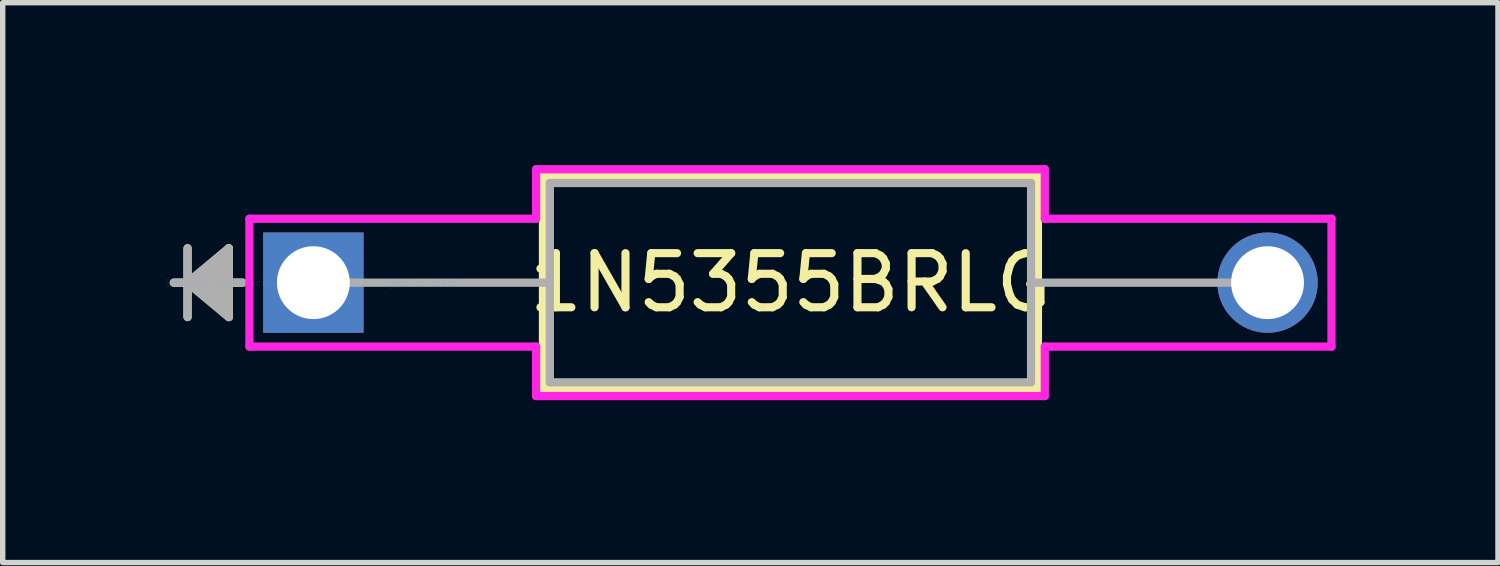
<source format=kicad_pcb>
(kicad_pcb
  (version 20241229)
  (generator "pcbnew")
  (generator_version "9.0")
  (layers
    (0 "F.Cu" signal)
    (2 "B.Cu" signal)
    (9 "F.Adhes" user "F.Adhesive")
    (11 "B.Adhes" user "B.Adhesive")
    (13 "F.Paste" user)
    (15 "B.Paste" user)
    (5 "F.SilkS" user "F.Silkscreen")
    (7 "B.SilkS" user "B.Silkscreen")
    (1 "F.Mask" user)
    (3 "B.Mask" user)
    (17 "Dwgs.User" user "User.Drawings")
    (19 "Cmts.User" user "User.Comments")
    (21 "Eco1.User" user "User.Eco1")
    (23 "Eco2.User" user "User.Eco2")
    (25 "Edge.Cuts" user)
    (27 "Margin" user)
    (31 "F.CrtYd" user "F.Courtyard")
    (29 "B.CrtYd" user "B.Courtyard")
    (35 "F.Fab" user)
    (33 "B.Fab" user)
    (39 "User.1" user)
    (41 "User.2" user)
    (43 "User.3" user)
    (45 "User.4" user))
  (footprint "1N5355BRLG"
    (layer "F.Cu")
    (at 2.739 2.172)
    (property "Reference" "1N5355BRLG" (at 8.814 0 0) (layer "F.SilkS") (effects (font (size 1 1) (thickness 0.15))))
    (attr through_hole)
    (fp_line (start -2.324 -0.635) (end -2.324 0.635) (stroke (width 0.152) (type solid)) (layer "F.SilkS"))
    (fp_line (start -2.324 0) (end -1.562 -0.635) (stroke (width 0.152) (type solid)) (layer "F.SilkS"))
    (fp_line (start -2.324 0) (end -1.562 -0.508) (stroke (width 0.152) (type solid)) (layer "F.SilkS"))
    (fp_line (start -2.324 0) (end -1.562 -0.381) (stroke (width 0.152) (type solid)) (layer "F.SilkS"))
    (fp_line (start -2.324 0) (end -1.562 -0.254) (stroke (width 0.152) (type solid)) (layer "F.SilkS"))
    (fp_line (start -2.324 0) (end -1.562 -0.127) (stroke (width 0.152) (type solid)) (layer "F.SilkS"))
    (fp_line (start -2.324 0) (end -1.562 0.127) (stroke (width 0.152) (type solid)) (layer "F.SilkS"))
    (fp_line (start -2.324 0) (end -1.562 0.254) (stroke (width 0.152) (type solid)) (layer "F.SilkS"))
    (fp_line (start -2.324 0) (end -1.562 0.381) (stroke (width 0.152) (type solid)) (layer "F.SilkS"))
    (fp_line (start -2.324 0) (end -1.562 0.508) (stroke (width 0.152) (type solid)) (layer "F.SilkS"))
    (fp_line (start -2.324 0) (end -1.562 0.635) (stroke (width 0.152) (type solid)) (layer "F.SilkS"))
    (fp_line (start -1.562 -0.635) (end -1.562 0.635) (stroke (width 0.152) (type solid)) (layer "F.SilkS"))
    (fp_line (start -1.308 0) (end -2.578 0) (stroke (width 0.152) (type solid)) (layer "F.SilkS"))
    (fp_line (start 4.242 -1.968) (end 4.242 1.968) (stroke (width 0.152) (type solid)) (layer "F.SilkS"))
    (fp_line (start 4.242 1.968) (end 13.386 1.968) (stroke (width 0.152) (type solid)) (layer "F.SilkS"))
    (fp_line (start 13.386 -1.968) (end 4.242 -1.968) (stroke (width 0.152) (type solid)) (layer "F.SilkS"))
    (fp_line (start 13.386 1.968) (end 13.386 -1.968) (stroke (width 0.152) (type solid)) (layer "F.SilkS"))
    (fp_line (start -1.181 -1.181) (end 4.115 -1.181) (stroke (width 0.152) (type solid)) (layer "F.CrtYd"))
    (fp_line (start -1.181 1.181) (end -1.181 -1.181) (stroke (width 0.152) (type solid)) (layer "F.CrtYd"))
    (fp_line (start 4.115 -2.095) (end 13.513 -2.095) (stroke (width 0.152) (type solid)) (layer "F.CrtYd"))
    (fp_line (start 4.115 -1.181) (end 4.115 -2.095) (stroke (width 0.152) (type solid)) (layer "F.CrtYd"))
    (fp_line (start 4.115 1.181) (end -1.181 1.181) (stroke (width 0.152) (type solid)) (layer "F.CrtYd"))
    (fp_line (start 4.115 2.095) (end 4.115 1.181) (stroke (width 0.152) (type solid)) (layer "F.CrtYd"))
    (fp_line (start 13.513 -2.095) (end 13.513 -1.181) (stroke (width 0.152) (type solid)) (layer "F.CrtYd"))
    (fp_line (start 13.513 -1.181) (end 18.809 -1.181) (stroke (width 0.152) (type solid)) (layer "F.CrtYd"))
    (fp_line (start 13.513 1.181) (end 13.513 2.095) (stroke (width 0.152) (type solid)) (layer "F.CrtYd"))
    (fp_line (start 13.513 2.095) (end 4.115 2.095) (stroke (width 0.152) (type solid)) (layer "F.CrtYd"))
    (fp_line (start 18.809 -1.181) (end 18.809 1.181) (stroke (width 0.152) (type solid)) (layer "F.CrtYd"))
    (fp_line (start 18.809 1.181) (end 13.513 1.181) (stroke (width 0.152) (type solid)) (layer "F.CrtYd"))
    (fp_line (start -2.324 -0.635) (end -2.324 0.635) (stroke (width 0.152) (type solid)) (layer "F.Fab"))
    (fp_line (start -2.324 0) (end -1.562 -0.635) (stroke (width 0.152) (type solid)) (layer "F.Fab"))
    (fp_line (start -2.324 0) (end -1.562 -0.508) (stroke (width 0.152) (type solid)) (layer "F.Fab"))
    (fp_line (start -2.324 0) (end -1.562 -0.381) (stroke (width 0.152) (type solid)) (layer "F.Fab"))
    (fp_line (start -2.324 0) (end -1.562 -0.254) (stroke (width 0.152) (type solid)) (layer "F.Fab"))
    (fp_line (start -2.324 0) (end -1.562 -0.127) (stroke (width 0.152) (type solid)) (layer "F.Fab"))
    (fp_line (start -2.324 0) (end -1.562 0.127) (stroke (width 0.152) (type solid)) (layer "F.Fab"))
    (fp_line (start -2.324 0) (end -1.562 0.254) (stroke (width 0.152) (type solid)) (layer "F.Fab"))
    (fp_line (start -2.324 0) (end -1.562 0.381) (stroke (width 0.152) (type solid)) (layer "F.Fab"))
    (fp_line (start -2.324 0) (end -1.562 0.508) (stroke (width 0.152) (type solid)) (layer "F.Fab"))
    (fp_line (start -2.324 0) (end -1.562 0.635) (stroke (width 0.152) (type solid)) (layer "F.Fab"))
    (fp_line (start -1.562 -0.635) (end -1.562 0.635) (stroke (width 0.152) (type solid)) (layer "F.Fab"))
    (fp_line (start -1.308 0) (end -2.578 0) (stroke (width 0.152) (type solid)) (layer "F.Fab"))
    (fp_line (start 0 0) (end 4.369 0) (stroke (width 0.152) (type solid)) (layer "F.Fab"))
    (fp_line (start 4.369 -1.841) (end 4.369 1.841) (stroke (width 0.152) (type solid)) (layer "F.Fab"))
    (fp_line (start 4.369 1.841) (end 13.259 1.841) (stroke (width 0.152) (type solid)) (layer "F.Fab"))
    (fp_line (start 13.259 -1.841) (end 4.369 -1.841) (stroke (width 0.152) (type solid)) (layer "F.Fab"))
    (fp_line (start 13.259 1.841) (end 13.259 -1.841) (stroke (width 0.152) (type solid)) (layer "F.Fab"))
    (fp_line (start 17.628 0) (end 13.259 0) (stroke (width 0.152) (type solid)) (layer "F.Fab"))
    (fp_text user "*" (at 0 0 0) (layer "F.SilkS") (effects (font (size 1 1) (thickness 0.15))))
    (fp_text user "Copyright 2016 Accelerated Designs. All rights reserved." (at 0 0 0) (layer "Cmts.User") (effects (font (size 0.127 0.127) (thickness 0.002))))
    (fp_text user "*" (at 0 0 0) (layer "F.Fab") (effects (font (size 1 1) (thickness 0.15))))
    (pad "1" thru_hole rect (at 0 0) (size 1.854 1.854) (drill 1.346) (layers "*.Cu" "*.Mask"))
    (pad "2" thru_hole circle (at 17.628 0) (size 1.854 1.854) (drill 1.346) (layers "*.Cu" "*.Mask")))
  (gr_rect
    (start -3 -3)
    (end 24.624 7.343)
    (stroke (width 0.1) (type default))
    (fill no)
    (layer "Edge.Cuts")))
</source>
